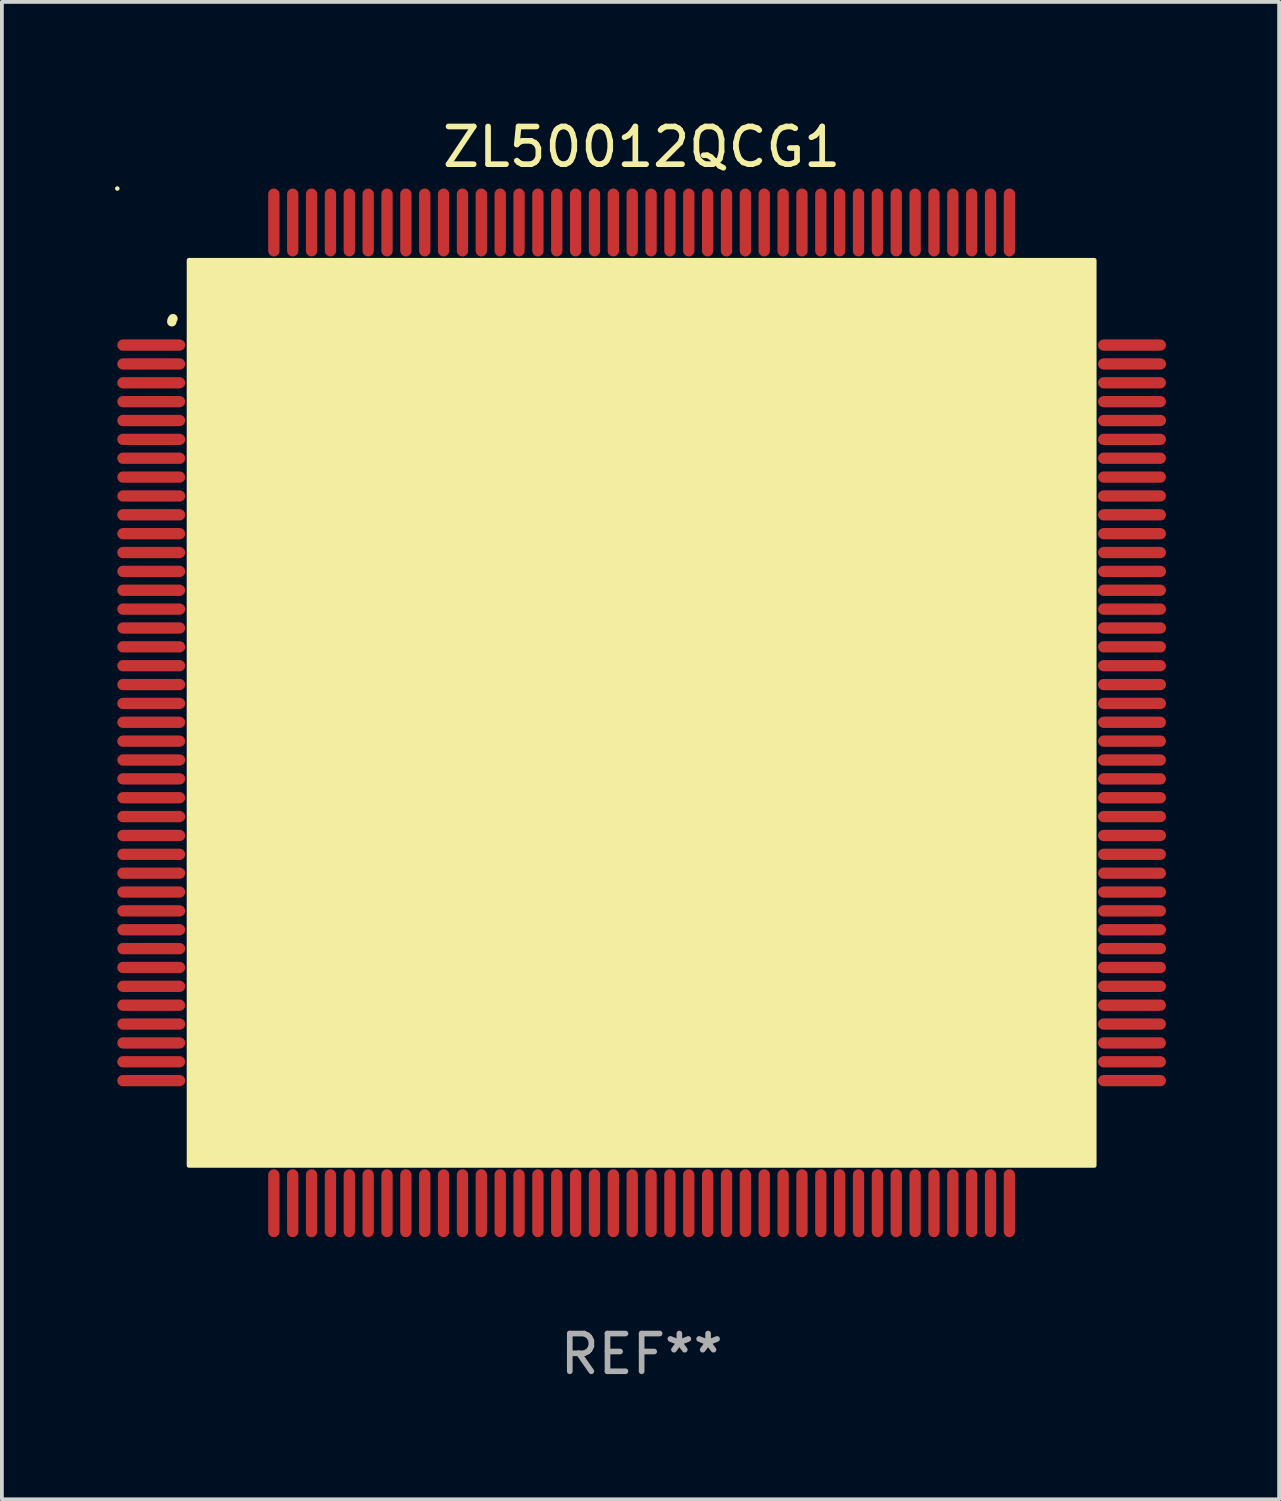
<source format=kicad_pcb>
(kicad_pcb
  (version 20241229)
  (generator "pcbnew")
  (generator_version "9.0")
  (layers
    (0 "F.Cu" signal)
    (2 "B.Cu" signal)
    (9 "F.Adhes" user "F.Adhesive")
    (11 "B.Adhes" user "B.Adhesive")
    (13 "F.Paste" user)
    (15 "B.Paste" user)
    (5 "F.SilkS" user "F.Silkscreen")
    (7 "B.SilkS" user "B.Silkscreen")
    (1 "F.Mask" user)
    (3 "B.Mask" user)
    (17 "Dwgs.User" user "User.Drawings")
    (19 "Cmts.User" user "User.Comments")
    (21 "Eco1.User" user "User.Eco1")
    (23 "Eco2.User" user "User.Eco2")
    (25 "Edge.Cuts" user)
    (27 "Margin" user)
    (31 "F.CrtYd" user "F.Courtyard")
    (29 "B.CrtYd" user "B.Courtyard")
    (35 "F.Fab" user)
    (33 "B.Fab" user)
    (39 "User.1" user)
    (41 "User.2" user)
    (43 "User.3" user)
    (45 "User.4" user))
  (footprint "ZL50012QCG1"
    (layer "F.Cu")
    (at 13.96 15.848)
    (property "Reference" "ZL50012QCG1" (at 0 -15 0) (layer "F.SilkS") (effects (font (size 1 1) (thickness 0.15))))
    (attr through_hole)
    (fp_arc (start -12.45555 -10.36792) (mid -12.447715 -10.411692) (end -12.42507 -10.449962) (stroke (width 0.249936) (type solid)) (layer "F.SilkS"))
    (fp_arc (start -9.968885 -10.145161) (mid -9.964159 -10.198324) (end -9.950089 -10.249809) (stroke (width 0.599949) (type solid)) (layer "F.SilkS"))
    (fp_circle (center -13.9 -13.9) (end -13.87 -13.9) (stroke (width 0.06) (type solid)) (fill no) (layer "F.SilkS"))
    (fp_poly (pts (xy -12 -12) (xy 12 -12) (xy 12 12) (xy -12 12)) (stroke (width 0.12) (type solid)) (fill yes) (layer "F.SilkS"))
    (fp_text user "REF**" (at 0 17 0) (layer "F.Fab") (effects (font (size 1 1) (thickness 0.15))))
    (pad "1" smd oval (at -13 -9.75) (size 1.8 0.3) (layers "F.Cu" "F.Mask" "F.Paste"))
    (pad "2" smd oval (at -13 -9.25) (size 1.8 0.3) (layers "F.Cu" "F.Mask" "F.Paste"))
    (pad "3" smd oval (at -13 -8.75) (size 1.8 0.3) (layers "F.Cu" "F.Mask" "F.Paste"))
    (pad "4" smd oval (at -13 -8.25) (size 1.8 0.3) (layers "F.Cu" "F.Mask" "F.Paste"))
    (pad "5" smd oval (at -13 -7.75) (size 1.8 0.3) (layers "F.Cu" "F.Mask" "F.Paste"))
    (pad "6" smd oval (at -13 -7.25) (size 1.8 0.3) (layers "F.Cu" "F.Mask" "F.Paste"))
    (pad "7" smd oval (at -13 -6.75) (size 1.8 0.3) (layers "F.Cu" "F.Mask" "F.Paste"))
    (pad "8" smd oval (at -13 -6.25) (size 1.8 0.3) (layers "F.Cu" "F.Mask" "F.Paste"))
    (pad "9" smd oval (at -13 -5.75) (size 1.8 0.3) (layers "F.Cu" "F.Mask" "F.Paste"))
    (pad "10" smd oval (at -13 -5.25) (size 1.8 0.3) (layers "F.Cu" "F.Mask" "F.Paste"))
    (pad "11" smd oval (at -13 -4.75) (size 1.8 0.3) (layers "F.Cu" "F.Mask" "F.Paste"))
    (pad "12" smd oval (at -13 -4.25) (size 1.8 0.3) (layers "F.Cu" "F.Mask" "F.Paste"))
    (pad "13" smd oval (at -13 -3.75) (size 1.8 0.3) (layers "F.Cu" "F.Mask" "F.Paste"))
    (pad "14" smd oval (at -13 -3.25) (size 1.8 0.3) (layers "F.Cu" "F.Mask" "F.Paste"))
    (pad "15" smd oval (at -13 -2.75) (size 1.8 0.3) (layers "F.Cu" "F.Mask" "F.Paste"))
    (pad "16" smd oval (at -13 -2.25) (size 1.8 0.3) (layers "F.Cu" "F.Mask" "F.Paste"))
    (pad "17" smd oval (at -13 -1.75) (size 1.8 0.3) (layers "F.Cu" "F.Mask" "F.Paste"))
    (pad "18" smd oval (at -13 -1.25) (size 1.8 0.3) (layers "F.Cu" "F.Mask" "F.Paste"))
    (pad "19" smd oval (at -13 -0.75) (size 1.8 0.3) (layers "F.Cu" "F.Mask" "F.Paste"))
    (pad "20" smd oval (at -13 -0.25) (size 1.8 0.3) (layers "F.Cu" "F.Mask" "F.Paste"))
    (pad "21" smd oval (at -13 0.25) (size 1.8 0.3) (layers "F.Cu" "F.Mask" "F.Paste"))
    (pad "22" smd oval (at -13 0.75) (size 1.8 0.3) (layers "F.Cu" "F.Mask" "F.Paste"))
    (pad "23" smd oval (at -13 1.25) (size 1.8 0.3) (layers "F.Cu" "F.Mask" "F.Paste"))
    (pad "24" smd oval (at -13 1.75) (size 1.8 0.3) (layers "F.Cu" "F.Mask" "F.Paste"))
    (pad "25" smd oval (at -13 2.25) (size 1.8 0.3) (layers "F.Cu" "F.Mask" "F.Paste"))
    (pad "26" smd oval (at -13 2.75) (size 1.8 0.3) (layers "F.Cu" "F.Mask" "F.Paste"))
    (pad "27" smd oval (at -13 3.25) (size 1.8 0.3) (layers "F.Cu" "F.Mask" "F.Paste"))
    (pad "28" smd oval (at -13 3.75) (size 1.8 0.3) (layers "F.Cu" "F.Mask" "F.Paste"))
    (pad "29" smd oval (at -13 4.25) (size 1.8 0.3) (layers "F.Cu" "F.Mask" "F.Paste"))
    (pad "30" smd oval (at -13 4.75) (size 1.8 0.3) (layers "F.Cu" "F.Mask" "F.Paste"))
    (pad "31" smd oval (at -13 5.25) (size 1.8 0.3) (layers "F.Cu" "F.Mask" "F.Paste"))
    (pad "32" smd oval (at -13 5.75) (size 1.8 0.3) (layers "F.Cu" "F.Mask" "F.Paste"))
    (pad "33" smd oval (at -13 6.25) (size 1.8 0.3) (layers "F.Cu" "F.Mask" "F.Paste"))
    (pad "34" smd oval (at -13 6.75) (size 1.8 0.3) (layers "F.Cu" "F.Mask" "F.Paste"))
    (pad "35" smd oval (at -13 7.25) (size 1.8 0.3) (layers "F.Cu" "F.Mask" "F.Paste"))
    (pad "36" smd oval (at -13 7.75) (size 1.8 0.3) (layers "F.Cu" "F.Mask" "F.Paste"))
    (pad "37" smd oval (at -13 8.25) (size 1.8 0.3) (layers "F.Cu" "F.Mask" "F.Paste"))
    (pad "38" smd oval (at -13 8.75) (size 1.8 0.3) (layers "F.Cu" "F.Mask" "F.Paste"))
    (pad "39" smd oval (at -13 9.25) (size 1.8 0.3) (layers "F.Cu" "F.Mask" "F.Paste"))
    (pad "40" smd oval (at -13 9.75) (size 1.8 0.3) (layers "F.Cu" "F.Mask" "F.Paste"))
    (pad "41" smd oval (at -9.75 13 90) (size 1.8 0.3) (layers "F.Cu" "F.Mask" "F.Paste"))
    (pad "42" smd oval (at -9.25 13 90) (size 1.8 0.3) (layers "F.Cu" "F.Mask" "F.Paste"))
    (pad "43" smd oval (at -8.75 13 90) (size 1.8 0.3) (layers "F.Cu" "F.Mask" "F.Paste"))
    (pad "44" smd oval (at -8.25 13 90) (size 1.8 0.3) (layers "F.Cu" "F.Mask" "F.Paste"))
    (pad "45" smd oval (at -7.75 13 90) (size 1.8 0.3) (layers "F.Cu" "F.Mask" "F.Paste"))
    (pad "46" smd oval (at -7.25 13 90) (size 1.8 0.3) (layers "F.Cu" "F.Mask" "F.Paste"))
    (pad "47" smd oval (at -6.75 13 90) (size 1.8 0.3) (layers "F.Cu" "F.Mask" "F.Paste"))
    (pad "48" smd oval (at -6.25 13 90) (size 1.8 0.3) (layers "F.Cu" "F.Mask" "F.Paste"))
    (pad "49" smd oval (at -5.75 13 90) (size 1.8 0.3) (layers "F.Cu" "F.Mask" "F.Paste"))
    (pad "50" smd oval (at -5.25 13 90) (size 1.8 0.3) (layers "F.Cu" "F.Mask" "F.Paste"))
    (pad "51" smd oval (at -4.75 13 90) (size 1.8 0.3) (layers "F.Cu" "F.Mask" "F.Paste"))
    (pad "52" smd oval (at -4.25 13 90) (size 1.8 0.3) (layers "F.Cu" "F.Mask" "F.Paste"))
    (pad "53" smd oval (at -3.75 13 90) (size 1.8 0.3) (layers "F.Cu" "F.Mask" "F.Paste"))
    (pad "54" smd oval (at -3.25 13 90) (size 1.8 0.3) (layers "F.Cu" "F.Mask" "F.Paste"))
    (pad "55" smd oval (at -2.75 13 90) (size 1.8 0.3) (layers "F.Cu" "F.Mask" "F.Paste"))
    (pad "56" smd oval (at -2.25 13 90) (size 1.8 0.3) (layers "F.Cu" "F.Mask" "F.Paste"))
    (pad "57" smd oval (at -1.75 13 90) (size 1.8 0.3) (layers "F.Cu" "F.Mask" "F.Paste"))
    (pad "58" smd oval (at -1.25 13 90) (size 1.8 0.3) (layers "F.Cu" "F.Mask" "F.Paste"))
    (pad "59" smd oval (at -0.75 13 90) (size 1.8 0.3) (layers "F.Cu" "F.Mask" "F.Paste"))
    (pad "60" smd oval (at -0.25 13 90) (size 1.8 0.3) (layers "F.Cu" "F.Mask" "F.Paste"))
    (pad "61" smd oval (at 0.25 13 90) (size 1.8 0.3) (layers "F.Cu" "F.Mask" "F.Paste"))
    (pad "62" smd oval (at 0.75 13 90) (size 1.8 0.3) (layers "F.Cu" "F.Mask" "F.Paste"))
    (pad "63" smd oval (at 1.25 13 90) (size 1.8 0.3) (layers "F.Cu" "F.Mask" "F.Paste"))
    (pad "64" smd oval (at 1.75 13 90) (size 1.8 0.3) (layers "F.Cu" "F.Mask" "F.Paste"))
    (pad "65" smd oval (at 2.25 13 90) (size 1.8 0.3) (layers "F.Cu" "F.Mask" "F.Paste"))
    (pad "66" smd oval (at 2.75 13 90) (size 1.8 0.3) (layers "F.Cu" "F.Mask" "F.Paste"))
    (pad "67" smd oval (at 3.25 13 90) (size 1.8 0.3) (layers "F.Cu" "F.Mask" "F.Paste"))
    (pad "68" smd oval (at 3.75 13 90) (size 1.8 0.3) (layers "F.Cu" "F.Mask" "F.Paste"))
    (pad "69" smd oval (at 4.25 13 90) (size 1.8 0.3) (layers "F.Cu" "F.Mask" "F.Paste"))
    (pad "70" smd oval (at 4.75 13 90) (size 1.8 0.3) (layers "F.Cu" "F.Mask" "F.Paste"))
    (pad "71" smd oval (at 5.25 13 90) (size 1.8 0.3) (layers "F.Cu" "F.Mask" "F.Paste"))
    (pad "72" smd oval (at 5.75 13 90) (size 1.8 0.3) (layers "F.Cu" "F.Mask" "F.Paste"))
    (pad "73" smd oval (at 6.25 13 90) (size 1.8 0.3) (layers "F.Cu" "F.Mask" "F.Paste"))
    (pad "74" smd oval (at 6.75 13 90) (size 1.8 0.3) (layers "F.Cu" "F.Mask" "F.Paste"))
    (pad "75" smd oval (at 7.25 13 90) (size 1.8 0.3) (layers "F.Cu" "F.Mask" "F.Paste"))
    (pad "76" smd oval (at 7.75 13 90) (size 1.8 0.3) (layers "F.Cu" "F.Mask" "F.Paste"))
    (pad "77" smd oval (at 8.25 13 90) (size 1.8 0.3) (layers "F.Cu" "F.Mask" "F.Paste"))
    (pad "78" smd oval (at 8.75 13 90) (size 1.8 0.3) (layers "F.Cu" "F.Mask" "F.Paste"))
    (pad "79" smd oval (at 9.25 13 90) (size 1.8 0.3) (layers "F.Cu" "F.Mask" "F.Paste"))
    (pad "80" smd oval (at 9.75 13 90) (size 1.8 0.3) (layers "F.Cu" "F.Mask" "F.Paste"))
    (pad "81" smd oval (at 13 9.75) (size 1.8 0.3) (layers "F.Cu" "F.Mask" "F.Paste"))
    (pad "82" smd oval (at 13 9.25) (size 1.8 0.3) (layers "F.Cu" "F.Mask" "F.Paste"))
    (pad "83" smd oval (at 13 8.75) (size 1.8 0.3) (layers "F.Cu" "F.Mask" "F.Paste"))
    (pad "84" smd oval (at 13 8.25) (size 1.8 0.3) (layers "F.Cu" "F.Mask" "F.Paste"))
    (pad "85" smd oval (at 13 7.75) (size 1.8 0.3) (layers "F.Cu" "F.Mask" "F.Paste"))
    (pad "86" smd oval (at 13 7.25) (size 1.8 0.3) (layers "F.Cu" "F.Mask" "F.Paste"))
    (pad "87" smd oval (at 13 6.75) (size 1.8 0.3) (layers "F.Cu" "F.Mask" "F.Paste"))
    (pad "88" smd oval (at 13 6.25) (size 1.8 0.3) (layers "F.Cu" "F.Mask" "F.Paste"))
    (pad "89" smd oval (at 13 5.75) (size 1.8 0.3) (layers "F.Cu" "F.Mask" "F.Paste"))
    (pad "90" smd oval (at 13 5.25) (size 1.8 0.3) (layers "F.Cu" "F.Mask" "F.Paste"))
    (pad "91" smd oval (at 13 4.75) (size 1.8 0.3) (layers "F.Cu" "F.Mask" "F.Paste"))
    (pad "92" smd oval (at 13 4.25) (size 1.8 0.3) (layers "F.Cu" "F.Mask" "F.Paste"))
    (pad "93" smd oval (at 13 3.75) (size 1.8 0.3) (layers "F.Cu" "F.Mask" "F.Paste"))
    (pad "94" smd oval (at 13 3.25) (size 1.8 0.3) (layers "F.Cu" "F.Mask" "F.Paste"))
    (pad "95" smd oval (at 13 2.75) (size 1.8 0.3) (layers "F.Cu" "F.Mask" "F.Paste"))
    (pad "96" smd oval (at 13 2.25) (size 1.8 0.3) (layers "F.Cu" "F.Mask" "F.Paste"))
    (pad "97" smd oval (at 13 1.75) (size 1.8 0.3) (layers "F.Cu" "F.Mask" "F.Paste"))
    (pad "98" smd oval (at 13 1.25) (size 1.8 0.3) (layers "F.Cu" "F.Mask" "F.Paste"))
    (pad "99" smd oval (at 13 0.75) (size 1.8 0.3) (layers "F.Cu" "F.Mask" "F.Paste"))
    (pad "100" smd oval (at 13 0.25) (size 1.8 0.3) (layers "F.Cu" "F.Mask" "F.Paste"))
    (pad "101" smd oval (at 13 -0.25) (size 1.8 0.3) (layers "F.Cu" "F.Mask" "F.Paste"))
    (pad "102" smd oval (at 13 -0.75) (size 1.8 0.3) (layers "F.Cu" "F.Mask" "F.Paste"))
    (pad "103" smd oval (at 13 -1.25) (size 1.8 0.3) (layers "F.Cu" "F.Mask" "F.Paste"))
    (pad "104" smd oval (at 13 -1.75) (size 1.8 0.3) (layers "F.Cu" "F.Mask" "F.Paste"))
    (pad "105" smd oval (at 13 -2.25) (size 1.8 0.3) (layers "F.Cu" "F.Mask" "F.Paste"))
    (pad "106" smd oval (at 13 -2.75) (size 1.8 0.3) (layers "F.Cu" "F.Mask" "F.Paste"))
    (pad "107" smd oval (at 13 -3.25) (size 1.8 0.3) (layers "F.Cu" "F.Mask" "F.Paste"))
    (pad "108" smd oval (at 13 -3.75) (size 1.8 0.3) (layers "F.Cu" "F.Mask" "F.Paste"))
    (pad "109" smd oval (at 13 -4.25) (size 1.8 0.3) (layers "F.Cu" "F.Mask" "F.Paste"))
    (pad "110" smd oval (at 13 -4.75) (size 1.8 0.3) (layers "F.Cu" "F.Mask" "F.Paste"))
    (pad "111" smd oval (at 13 -5.25) (size 1.8 0.3) (layers "F.Cu" "F.Mask" "F.Paste"))
    (pad "112" smd oval (at 13 -5.75) (size 1.8 0.3) (layers "F.Cu" "F.Mask" "F.Paste"))
    (pad "113" smd oval (at 13 -6.25) (size 1.8 0.3) (layers "F.Cu" "F.Mask" "F.Paste"))
    (pad "114" smd oval (at 13 -6.75) (size 1.8 0.3) (layers "F.Cu" "F.Mask" "F.Paste"))
    (pad "115" smd oval (at 13 -7.25) (size 1.8 0.3) (layers "F.Cu" "F.Mask" "F.Paste"))
    (pad "116" smd oval (at 13 -7.75) (size 1.8 0.3) (layers "F.Cu" "F.Mask" "F.Paste"))
    (pad "117" smd oval (at 13 -8.25) (size 1.8 0.3) (layers "F.Cu" "F.Mask" "F.Paste"))
    (pad "118" smd oval (at 13 -8.75) (size 1.8 0.3) (layers "F.Cu" "F.Mask" "F.Paste"))
    (pad "119" smd oval (at 13 -9.25) (size 1.8 0.3) (layers "F.Cu" "F.Mask" "F.Paste"))
    (pad "120" smd oval (at 13 -9.75) (size 1.8 0.3) (layers "F.Cu" "F.Mask" "F.Paste"))
    (pad "121" smd oval (at 9.75 -13 90) (size 1.8 0.3) (layers "F.Cu" "F.Mask" "F.Paste"))
    (pad "122" smd oval (at 9.25 -13 90) (size 1.8 0.3) (layers "F.Cu" "F.Mask" "F.Paste"))
    (pad "123" smd oval (at 8.75 -13 90) (size 1.8 0.3) (layers "F.Cu" "F.Mask" "F.Paste"))
    (pad "124" smd oval (at 8.25 -13 90) (size 1.8 0.3) (layers "F.Cu" "F.Mask" "F.Paste"))
    (pad "125" smd oval (at 7.75 -13 90) (size 1.8 0.3) (layers "F.Cu" "F.Mask" "F.Paste"))
    (pad "126" smd oval (at 7.25 -13 90) (size 1.8 0.3) (layers "F.Cu" "F.Mask" "F.Paste"))
    (pad "127" smd oval (at 6.75 -13 90) (size 1.8 0.3) (layers "F.Cu" "F.Mask" "F.Paste"))
    (pad "128" smd oval (at 6.25 -13 90) (size 1.8 0.3) (layers "F.Cu" "F.Mask" "F.Paste"))
    (pad "129" smd oval (at 5.75 -13 90) (size 1.8 0.3) (layers "F.Cu" "F.Mask" "F.Paste"))
    (pad "130" smd oval (at 5.25 -13 90) (size 1.8 0.3) (layers "F.Cu" "F.Mask" "F.Paste"))
    (pad "131" smd oval (at 4.75 -13 90) (size 1.8 0.3) (layers "F.Cu" "F.Mask" "F.Paste"))
    (pad "132" smd oval (at 4.25 -13 90) (size 1.8 0.3) (layers "F.Cu" "F.Mask" "F.Paste"))
    (pad "133" smd oval (at 3.75 -13 90) (size 1.8 0.3) (layers "F.Cu" "F.Mask" "F.Paste"))
    (pad "134" smd oval (at 3.25 -13 90) (size 1.8 0.3) (layers "F.Cu" "F.Mask" "F.Paste"))
    (pad "135" smd oval (at 2.75 -13 90) (size 1.8 0.3) (layers "F.Cu" "F.Mask" "F.Paste"))
    (pad "136" smd oval (at 2.25 -13 90) (size 1.8 0.3) (layers "F.Cu" "F.Mask" "F.Paste"))
    (pad "137" smd oval (at 1.75 -13 90) (size 1.8 0.3) (layers "F.Cu" "F.Mask" "F.Paste"))
    (pad "138" smd oval (at 1.25 -13 90) (size 1.8 0.3) (layers "F.Cu" "F.Mask" "F.Paste"))
    (pad "139" smd oval (at 0.75 -13 90) (size 1.8 0.3) (layers "F.Cu" "F.Mask" "F.Paste"))
    (pad "140" smd oval (at 0.25 -13 90) (size 1.8 0.3) (layers "F.Cu" "F.Mask" "F.Paste"))
    (pad "141" smd oval (at -0.25 -13 90) (size 1.8 0.3) (layers "F.Cu" "F.Mask" "F.Paste"))
    (pad "142" smd oval (at -0.75 -13 90) (size 1.8 0.3) (layers "F.Cu" "F.Mask" "F.Paste"))
    (pad "143" smd oval (at -1.25 -13 90) (size 1.8 0.3) (layers "F.Cu" "F.Mask" "F.Paste"))
    (pad "144" smd oval (at -1.75 -13 90) (size 1.8 0.3) (layers "F.Cu" "F.Mask" "F.Paste"))
    (pad "145" smd oval (at -2.25 -13 90) (size 1.8 0.3) (layers "F.Cu" "F.Mask" "F.Paste"))
    (pad "146" smd oval (at -2.75 -13 90) (size 1.8 0.3) (layers "F.Cu" "F.Mask" "F.Paste"))
    (pad "147" smd oval (at -3.25 -13 90) (size 1.8 0.3) (layers "F.Cu" "F.Mask" "F.Paste"))
    (pad "148" smd oval (at -3.75 -13 90) (size 1.8 0.3) (layers "F.Cu" "F.Mask" "F.Paste"))
    (pad "149" smd oval (at -4.25 -13 90) (size 1.8 0.3) (layers "F.Cu" "F.Mask" "F.Paste"))
    (pad "150" smd oval (at -4.75 -13 90) (size 1.8 0.3) (layers "F.Cu" "F.Mask" "F.Paste"))
    (pad "151" smd oval (at -5.25 -13 90) (size 1.8 0.3) (layers "F.Cu" "F.Mask" "F.Paste"))
    (pad "152" smd oval (at -5.75 -13 90) (size 1.8 0.3) (layers "F.Cu" "F.Mask" "F.Paste"))
    (pad "153" smd oval (at -6.25 -13 90) (size 1.8 0.3) (layers "F.Cu" "F.Mask" "F.Paste"))
    (pad "154" smd oval (at -6.75 -13 90) (size 1.8 0.3) (layers "F.Cu" "F.Mask" "F.Paste"))
    (pad "155" smd oval (at -7.25 -13 90) (size 1.8 0.3) (layers "F.Cu" "F.Mask" "F.Paste"))
    (pad "156" smd oval (at -7.75 -13 90) (size 1.8 0.3) (layers "F.Cu" "F.Mask" "F.Paste"))
    (pad "157" smd oval (at -8.25 -13 90) (size 1.8 0.3) (layers "F.Cu" "F.Mask" "F.Paste"))
    (pad "158" smd oval (at -8.75 -13 90) (size 1.8 0.3) (layers "F.Cu" "F.Mask" "F.Paste"))
    (pad "159" smd oval (at -9.25 -13 90) (size 1.8 0.3) (layers "F.Cu" "F.Mask" "F.Paste"))
    (pad "160" smd oval (at -9.75 -13 90) (size 1.8 0.3) (layers "F.Cu" "F.Mask" "F.Paste")))
  (gr_rect
    (start -3 -3)
    (end 30.86 36.697)
    (stroke (width 0.1) (type default))
    (fill no)
    (layer "Edge.Cuts")))
</source>
